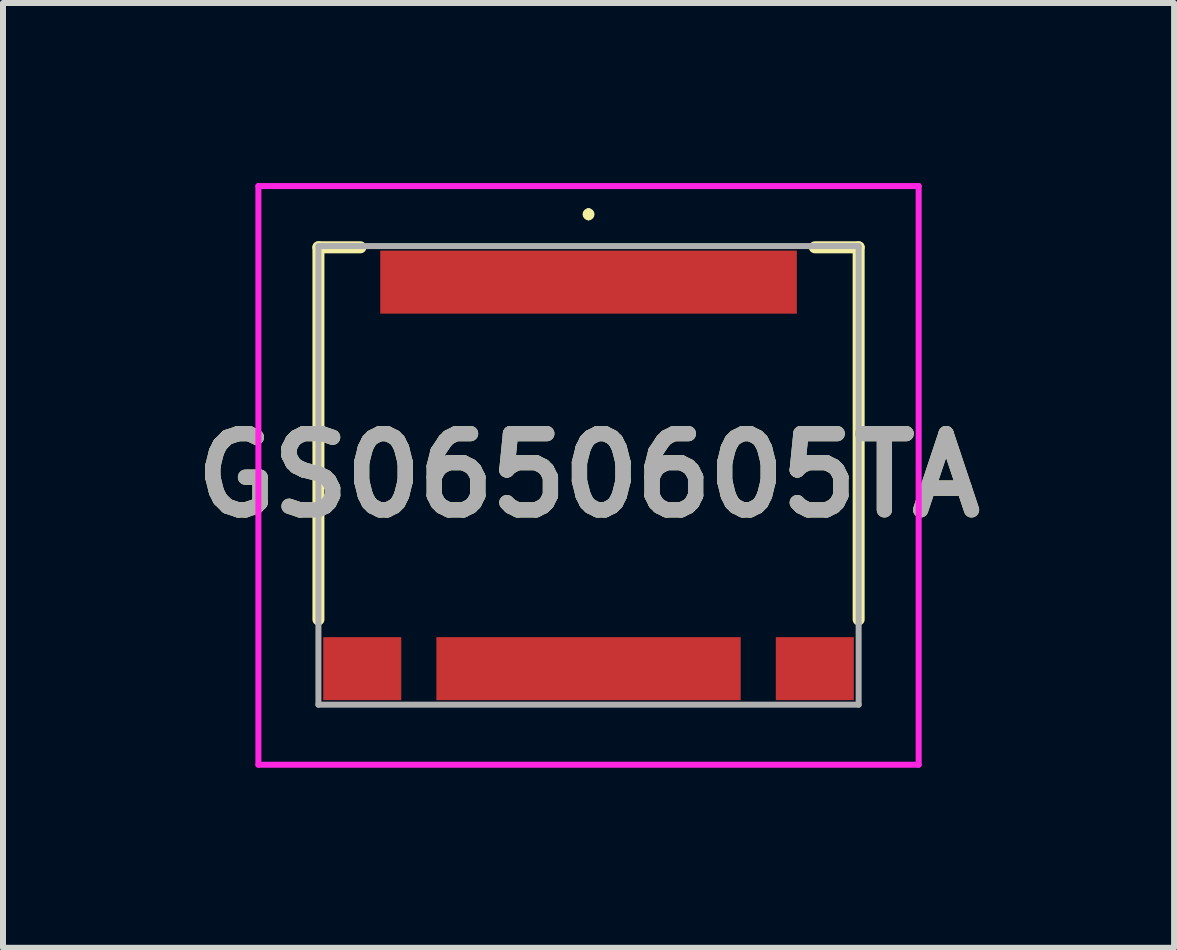
<source format=kicad_pcb>
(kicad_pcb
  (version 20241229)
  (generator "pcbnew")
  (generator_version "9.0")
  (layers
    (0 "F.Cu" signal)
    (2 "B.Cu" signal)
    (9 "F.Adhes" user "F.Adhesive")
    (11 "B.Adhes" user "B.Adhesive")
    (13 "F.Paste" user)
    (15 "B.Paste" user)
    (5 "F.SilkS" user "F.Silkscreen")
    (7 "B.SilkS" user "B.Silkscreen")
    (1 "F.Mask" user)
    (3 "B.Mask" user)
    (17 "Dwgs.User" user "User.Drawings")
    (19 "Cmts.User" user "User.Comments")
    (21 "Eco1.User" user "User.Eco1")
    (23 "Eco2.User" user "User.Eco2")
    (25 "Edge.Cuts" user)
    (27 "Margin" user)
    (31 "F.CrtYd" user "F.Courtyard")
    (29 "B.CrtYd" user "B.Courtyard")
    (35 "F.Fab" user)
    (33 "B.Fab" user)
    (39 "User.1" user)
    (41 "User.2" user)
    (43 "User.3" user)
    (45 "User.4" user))
  (footprint "GS0650605TA"
    (layer "F.Cu")
    (at 6.755 4.87)
    (property "Reference" "GS0650605TA" (at 0 0 0) (layer "F.SilkS") (effects (font (size 1.27 1.27) (thickness 0.254))))
    (attr smd)
    (fp_line (start -4.5 -3.8) (end -4.5 2.4) (stroke (width 0.2) (type solid)) (layer "F.SilkS"))
    (fp_line (start -3.8 -3.8) (end -4.5 -3.8) (stroke (width 0.2) (type solid)) (layer "F.SilkS"))
    (fp_line (start 0 -4.4) (end 0 -4.4) (stroke (width 0.1) (type solid)) (layer "F.SilkS"))
    (fp_line (start 0 -4.3) (end 0 -4.3) (stroke (width 0.1) (type solid)) (layer "F.SilkS"))
    (fp_line (start 4.5 -3.8) (end 3.77 -3.8) (stroke (width 0.2) (type solid)) (layer "F.SilkS"))
    (fp_line (start 4.5 2.4) (end 4.5 -3.8) (stroke (width 0.2) (type solid)) (layer "F.SilkS"))
    (fp_arc (start 0 -4.4) (mid 0.05 -4.35) (end 0 -4.3) (stroke (width 0.1) (type solid)) (layer "F.SilkS"))
    (fp_arc (start 0 -4.3) (mid -0.05 -4.35) (end 0 -4.4) (stroke (width 0.1) (type solid)) (layer "F.SilkS"))
    (fp_line (start -5.5 -4.82) (end 5.5 -4.82) (stroke (width 0.1) (type solid)) (layer "F.CrtYd"))
    (fp_line (start -5.5 4.82) (end -5.5 -4.82) (stroke (width 0.1) (type solid)) (layer "F.CrtYd"))
    (fp_line (start 5.5 -4.82) (end 5.5 4.82) (stroke (width 0.1) (type solid)) (layer "F.CrtYd"))
    (fp_line (start 5.5 4.82) (end -5.5 4.82) (stroke (width 0.1) (type solid)) (layer "F.CrtYd"))
    (fp_line (start -4.5 -3.82) (end 4.5 -3.82) (stroke (width 0.1) (type solid)) (layer "F.Fab"))
    (fp_line (start -4.5 3.82) (end -4.5 -3.82) (stroke (width 0.1) (type solid)) (layer "F.Fab"))
    (fp_line (start 4.5 -3.82) (end 4.5 3.82) (stroke (width 0.1) (type solid)) (layer "F.Fab"))
    (fp_line (start 4.5 3.82) (end -4.5 3.82) (stroke (width 0.1) (type solid)) (layer "F.Fab"))
    (fp_text user "${REFERENCE}" (at 0 0 0) (layer "F.Fab") (effects (font (size 1.27 1.27) (thickness 0.254))))
    (pad "1" smd rect (at 0 -3.22 90) (size 1.05 6.94) (layers "F.Cu" "F.Mask" "F.Paste"))
    (pad "2" smd rect (at -3.77 3.22 90) (size 1.05 1.3) (layers "F.Cu" "F.Mask" "F.Paste"))
    (pad "3" smd rect (at 0 3.22 90) (size 1.05 5.07) (layers "F.Cu" "F.Mask" "F.Paste"))
    (pad "4" smd rect (at 3.77 3.22 90) (size 1.05 1.3) (layers "F.Cu" "F.Mask" "F.Paste")))
  (gr_rect
    (start -3 -3)
    (end 16.51 12.74)
    (stroke (width 0.1) (type default))
    (fill no)
    (layer "Edge.Cuts")))
</source>
